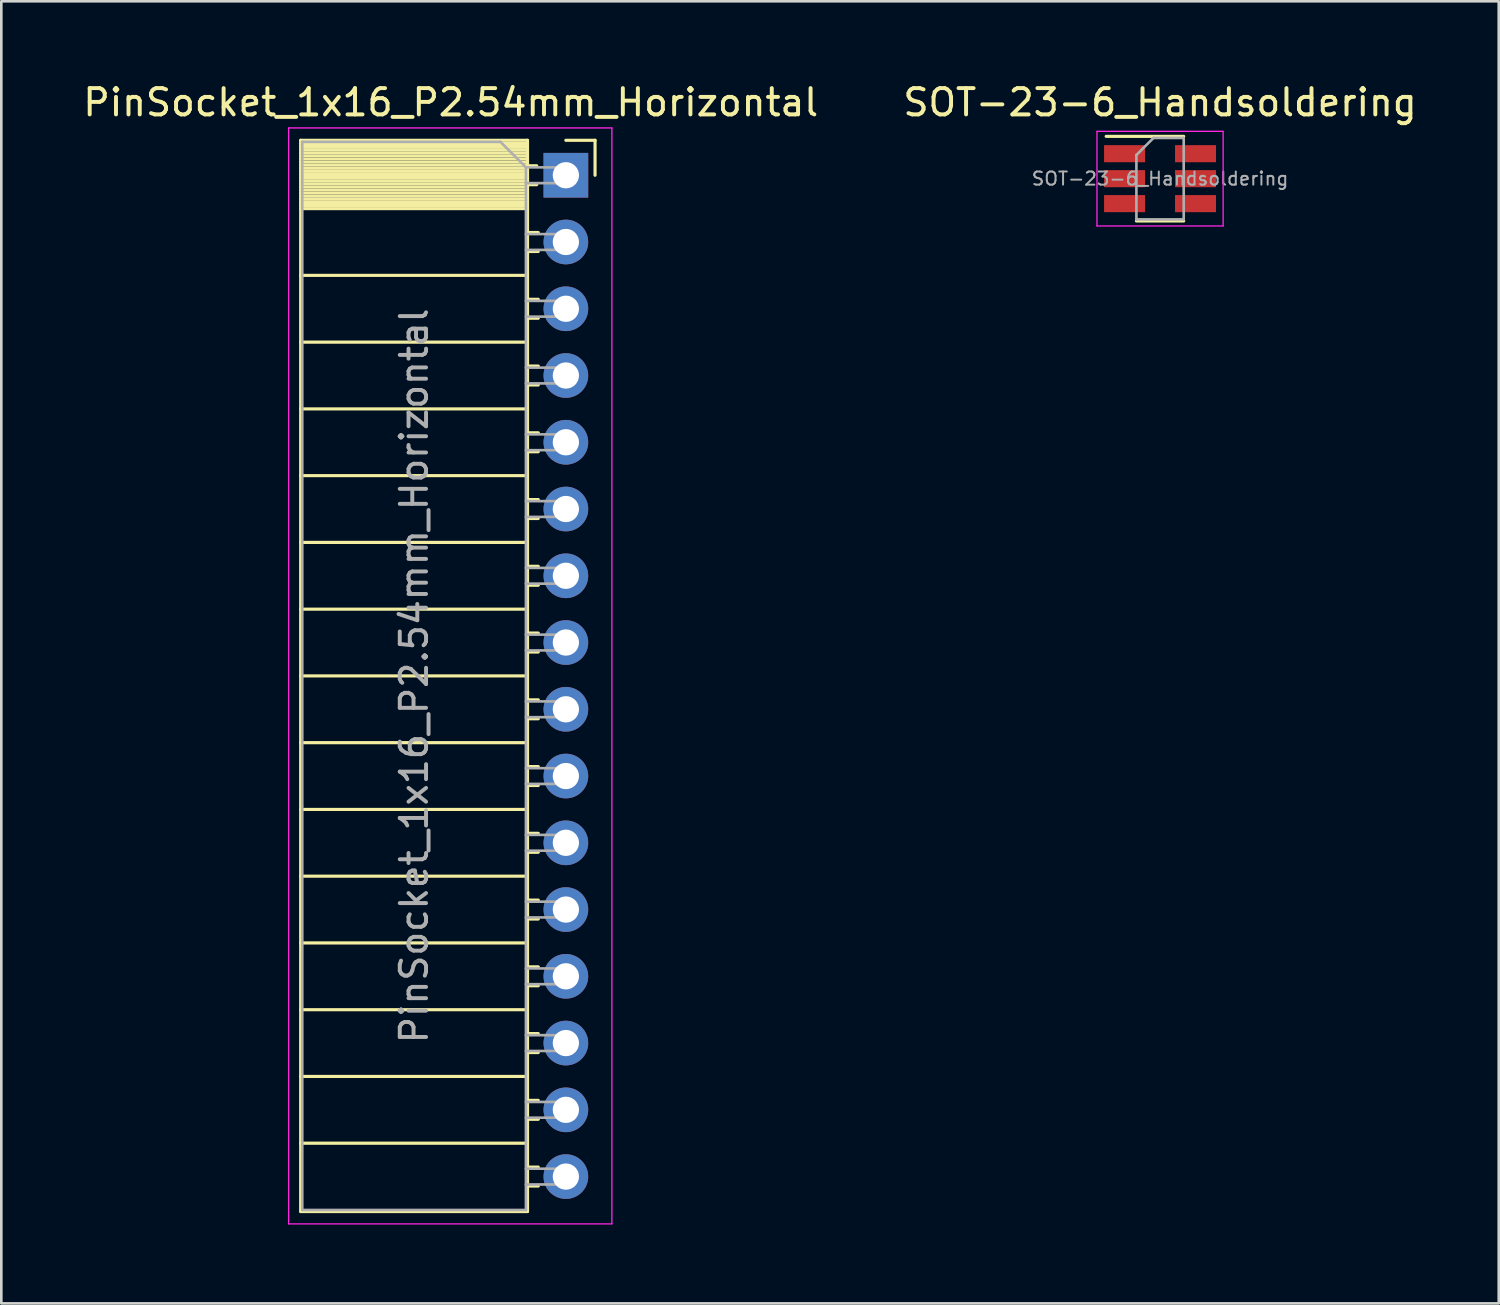
<source format=kicad_pcb>
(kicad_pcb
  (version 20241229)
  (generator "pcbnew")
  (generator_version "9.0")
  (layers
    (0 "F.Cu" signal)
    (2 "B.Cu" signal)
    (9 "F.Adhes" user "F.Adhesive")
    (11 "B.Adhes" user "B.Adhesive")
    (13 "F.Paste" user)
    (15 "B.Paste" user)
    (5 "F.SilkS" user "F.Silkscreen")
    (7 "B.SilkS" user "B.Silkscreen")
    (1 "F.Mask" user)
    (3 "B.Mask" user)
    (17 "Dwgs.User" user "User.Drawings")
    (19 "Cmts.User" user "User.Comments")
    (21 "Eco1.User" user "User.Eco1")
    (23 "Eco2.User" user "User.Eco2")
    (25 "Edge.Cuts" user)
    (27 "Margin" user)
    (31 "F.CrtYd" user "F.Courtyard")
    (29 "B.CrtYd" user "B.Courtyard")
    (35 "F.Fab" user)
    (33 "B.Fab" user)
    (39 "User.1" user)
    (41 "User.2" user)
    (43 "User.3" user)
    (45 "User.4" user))
  (footprint "PinSocket_1x16_P2.54mm_Horizontal"
    (layer "F.Cu")
    (at 18.481 3.618)
    (property "Reference" "PinSocket_1x16_P2.54mm_Horizontal" (at -4.38 -2.77 0) (layer "F.SilkS") (effects (font (size 1 1) (thickness 0.15))))
    (attr through_hole)
    (fp_line (start -10.09 -1.33) (end -10.09 39.43) (stroke (width 0.12) (type solid)) (layer "F.SilkS"))
    (fp_line (start -10.09 -1.33) (end -1.46 -1.33) (stroke (width 0.12) (type solid)) (layer "F.SilkS"))
    (fp_line (start -10.09 -1.21) (end -1.46 -1.21) (stroke (width 0.12) (type solid)) (layer "F.SilkS"))
    (fp_line (start -10.09 -1.092) (end -1.46 -1.092) (stroke (width 0.12) (type solid)) (layer "F.SilkS"))
    (fp_line (start -10.09 -0.974) (end -1.46 -0.974) (stroke (width 0.12) (type solid)) (layer "F.SilkS"))
    (fp_line (start -10.09 -0.856) (end -1.46 -0.856) (stroke (width 0.12) (type solid)) (layer "F.SilkS"))
    (fp_line (start -10.09 -0.738) (end -1.46 -0.738) (stroke (width 0.12) (type solid)) (layer "F.SilkS"))
    (fp_line (start -10.09 -0.62) (end -1.46 -0.62) (stroke (width 0.12) (type solid)) (layer "F.SilkS"))
    (fp_line (start -10.09 -0.501) (end -1.46 -0.501) (stroke (width 0.12) (type solid)) (layer "F.SilkS"))
    (fp_line (start -10.09 -0.383) (end -1.46 -0.383) (stroke (width 0.12) (type solid)) (layer "F.SilkS"))
    (fp_line (start -10.09 -0.265) (end -1.46 -0.265) (stroke (width 0.12) (type solid)) (layer "F.SilkS"))
    (fp_line (start -10.09 -0.147) (end -1.46 -0.147) (stroke (width 0.12) (type solid)) (layer "F.SilkS"))
    (fp_line (start -10.09 -0.029) (end -1.46 -0.029) (stroke (width 0.12) (type solid)) (layer "F.SilkS"))
    (fp_line (start -10.09 0.089) (end -1.46 0.089) (stroke (width 0.12) (type solid)) (layer "F.SilkS"))
    (fp_line (start -10.09 0.207) (end -1.46 0.207) (stroke (width 0.12) (type solid)) (layer "F.SilkS"))
    (fp_line (start -10.09 0.325) (end -1.46 0.325) (stroke (width 0.12) (type solid)) (layer "F.SilkS"))
    (fp_line (start -10.09 0.443) (end -1.46 0.443) (stroke (width 0.12) (type solid)) (layer "F.SilkS"))
    (fp_line (start -10.09 0.561) (end -1.46 0.561) (stroke (width 0.12) (type solid)) (layer "F.SilkS"))
    (fp_line (start -10.09 0.68) (end -1.46 0.68) (stroke (width 0.12) (type solid)) (layer "F.SilkS"))
    (fp_line (start -10.09 0.798) (end -1.46 0.798) (stroke (width 0.12) (type solid)) (layer "F.SilkS"))
    (fp_line (start -10.09 0.916) (end -1.46 0.916) (stroke (width 0.12) (type solid)) (layer "F.SilkS"))
    (fp_line (start -10.09 1.034) (end -1.46 1.034) (stroke (width 0.12) (type solid)) (layer "F.SilkS"))
    (fp_line (start -10.09 1.152) (end -1.46 1.152) (stroke (width 0.12) (type solid)) (layer "F.SilkS"))
    (fp_line (start -10.09 1.27) (end -1.46 1.27) (stroke (width 0.12) (type solid)) (layer "F.SilkS"))
    (fp_line (start -10.09 3.81) (end -1.46 3.81) (stroke (width 0.12) (type solid)) (layer "F.SilkS"))
    (fp_line (start -10.09 6.35) (end -1.46 6.35) (stroke (width 0.12) (type solid)) (layer "F.SilkS"))
    (fp_line (start -10.09 8.89) (end -1.46 8.89) (stroke (width 0.12) (type solid)) (layer "F.SilkS"))
    (fp_line (start -10.09 11.43) (end -1.46 11.43) (stroke (width 0.12) (type solid)) (layer "F.SilkS"))
    (fp_line (start -10.09 13.97) (end -1.46 13.97) (stroke (width 0.12) (type solid)) (layer "F.SilkS"))
    (fp_line (start -10.09 16.51) (end -1.46 16.51) (stroke (width 0.12) (type solid)) (layer "F.SilkS"))
    (fp_line (start -10.09 19.05) (end -1.46 19.05) (stroke (width 0.12) (type solid)) (layer "F.SilkS"))
    (fp_line (start -10.09 21.59) (end -1.46 21.59) (stroke (width 0.12) (type solid)) (layer "F.SilkS"))
    (fp_line (start -10.09 24.13) (end -1.46 24.13) (stroke (width 0.12) (type solid)) (layer "F.SilkS"))
    (fp_line (start -10.09 26.67) (end -1.46 26.67) (stroke (width 0.12) (type solid)) (layer "F.SilkS"))
    (fp_line (start -10.09 29.21) (end -1.46 29.21) (stroke (width 0.12) (type solid)) (layer "F.SilkS"))
    (fp_line (start -10.09 31.75) (end -1.46 31.75) (stroke (width 0.12) (type solid)) (layer "F.SilkS"))
    (fp_line (start -10.09 34.29) (end -1.46 34.29) (stroke (width 0.12) (type solid)) (layer "F.SilkS"))
    (fp_line (start -10.09 36.83) (end -1.46 36.83) (stroke (width 0.12) (type solid)) (layer "F.SilkS"))
    (fp_line (start -10.09 39.43) (end -1.46 39.43) (stroke (width 0.12) (type solid)) (layer "F.SilkS"))
    (fp_line (start -1.46 -1.33) (end -1.46 39.43) (stroke (width 0.12) (type solid)) (layer "F.SilkS"))
    (fp_line (start -1.46 -0.36) (end -1.11 -0.36) (stroke (width 0.12) (type solid)) (layer "F.SilkS"))
    (fp_line (start -1.46 0.36) (end -1.11 0.36) (stroke (width 0.12) (type solid)) (layer "F.SilkS"))
    (fp_line (start -1.46 2.18) (end -1.05 2.18) (stroke (width 0.12) (type solid)) (layer "F.SilkS"))
    (fp_line (start -1.46 2.9) (end -1.05 2.9) (stroke (width 0.12) (type solid)) (layer "F.SilkS"))
    (fp_line (start -1.46 4.72) (end -1.05 4.72) (stroke (width 0.12) (type solid)) (layer "F.SilkS"))
    (fp_line (start -1.46 5.44) (end -1.05 5.44) (stroke (width 0.12) (type solid)) (layer "F.SilkS"))
    (fp_line (start -1.46 7.26) (end -1.05 7.26) (stroke (width 0.12) (type solid)) (layer "F.SilkS"))
    (fp_line (start -1.46 7.98) (end -1.05 7.98) (stroke (width 0.12) (type solid)) (layer "F.SilkS"))
    (fp_line (start -1.46 9.8) (end -1.05 9.8) (stroke (width 0.12) (type solid)) (layer "F.SilkS"))
    (fp_line (start -1.46 10.52) (end -1.05 10.52) (stroke (width 0.12) (type solid)) (layer "F.SilkS"))
    (fp_line (start -1.46 12.34) (end -1.05 12.34) (stroke (width 0.12) (type solid)) (layer "F.SilkS"))
    (fp_line (start -1.46 13.06) (end -1.05 13.06) (stroke (width 0.12) (type solid)) (layer "F.SilkS"))
    (fp_line (start -1.46 14.88) (end -1.05 14.88) (stroke (width 0.12) (type solid)) (layer "F.SilkS"))
    (fp_line (start -1.46 15.6) (end -1.05 15.6) (stroke (width 0.12) (type solid)) (layer "F.SilkS"))
    (fp_line (start -1.46 17.42) (end -1.05 17.42) (stroke (width 0.12) (type solid)) (layer "F.SilkS"))
    (fp_line (start -1.46 18.14) (end -1.05 18.14) (stroke (width 0.12) (type solid)) (layer "F.SilkS"))
    (fp_line (start -1.46 19.96) (end -1.05 19.96) (stroke (width 0.12) (type solid)) (layer "F.SilkS"))
    (fp_line (start -1.46 20.68) (end -1.05 20.68) (stroke (width 0.12) (type solid)) (layer "F.SilkS"))
    (fp_line (start -1.46 22.5) (end -1.05 22.5) (stroke (width 0.12) (type solid)) (layer "F.SilkS"))
    (fp_line (start -1.46 23.22) (end -1.05 23.22) (stroke (width 0.12) (type solid)) (layer "F.SilkS"))
    (fp_line (start -1.46 25.04) (end -1.05 25.04) (stroke (width 0.12) (type solid)) (layer "F.SilkS"))
    (fp_line (start -1.46 25.76) (end -1.05 25.76) (stroke (width 0.12) (type solid)) (layer "F.SilkS"))
    (fp_line (start -1.46 27.58) (end -1.05 27.58) (stroke (width 0.12) (type solid)) (layer "F.SilkS"))
    (fp_line (start -1.46 28.3) (end -1.05 28.3) (stroke (width 0.12) (type solid)) (layer "F.SilkS"))
    (fp_line (start -1.46 30.12) (end -1.05 30.12) (stroke (width 0.12) (type solid)) (layer "F.SilkS"))
    (fp_line (start -1.46 30.84) (end -1.05 30.84) (stroke (width 0.12) (type solid)) (layer "F.SilkS"))
    (fp_line (start -1.46 32.66) (end -1.05 32.66) (stroke (width 0.12) (type solid)) (layer "F.SilkS"))
    (fp_line (start -1.46 33.38) (end -1.05 33.38) (stroke (width 0.12) (type solid)) (layer "F.SilkS"))
    (fp_line (start -1.46 35.2) (end -1.05 35.2) (stroke (width 0.12) (type solid)) (layer "F.SilkS"))
    (fp_line (start -1.46 35.92) (end -1.05 35.92) (stroke (width 0.12) (type solid)) (layer "F.SilkS"))
    (fp_line (start -1.46 37.74) (end -1.05 37.74) (stroke (width 0.12) (type solid)) (layer "F.SilkS"))
    (fp_line (start -1.46 38.46) (end -1.05 38.46) (stroke (width 0.12) (type solid)) (layer "F.SilkS"))
    (fp_line (start 0 -1.33) (end 1.11 -1.33) (stroke (width 0.12) (type solid)) (layer "F.SilkS"))
    (fp_line (start 1.11 -1.33) (end 1.11 0) (stroke (width 0.12) (type solid)) (layer "F.SilkS"))
    (fp_line (start -10.55 -1.8) (end -10.55 39.9) (stroke (width 0.05) (type solid)) (layer "F.CrtYd"))
    (fp_line (start -10.55 39.9) (end 1.75 39.9) (stroke (width 0.05) (type solid)) (layer "F.CrtYd"))
    (fp_line (start 1.75 -1.8) (end -10.55 -1.8) (stroke (width 0.05) (type solid)) (layer "F.CrtYd"))
    (fp_line (start 1.75 39.9) (end 1.75 -1.8) (stroke (width 0.05) (type solid)) (layer "F.CrtYd"))
    (fp_line (start -10.03 -1.27) (end -2.49 -1.27) (stroke (width 0.1) (type solid)) (layer "F.Fab"))
    (fp_line (start -10.03 39.37) (end -10.03 -1.27) (stroke (width 0.1) (type solid)) (layer "F.Fab"))
    (fp_line (start -2.49 -1.27) (end -1.52 -0.3) (stroke (width 0.1) (type solid)) (layer "F.Fab"))
    (fp_line (start -1.52 -0.3) (end -1.52 39.37) (stroke (width 0.1) (type solid)) (layer "F.Fab"))
    (fp_line (start -1.52 0.3) (end 0 0.3) (stroke (width 0.1) (type solid)) (layer "F.Fab"))
    (fp_line (start -1.52 2.84) (end 0 2.84) (stroke (width 0.1) (type solid)) (layer "F.Fab"))
    (fp_line (start -1.52 5.38) (end 0 5.38) (stroke (width 0.1) (type solid)) (layer "F.Fab"))
    (fp_line (start -1.52 7.92) (end 0 7.92) (stroke (width 0.1) (type solid)) (layer "F.Fab"))
    (fp_line (start -1.52 10.46) (end 0 10.46) (stroke (width 0.1) (type solid)) (layer "F.Fab"))
    (fp_line (start -1.52 13) (end 0 13) (stroke (width 0.1) (type solid)) (layer "F.Fab"))
    (fp_line (start -1.52 15.54) (end 0 15.54) (stroke (width 0.1) (type solid)) (layer "F.Fab"))
    (fp_line (start -1.52 18.08) (end 0 18.08) (stroke (width 0.1) (type solid)) (layer "F.Fab"))
    (fp_line (start -1.52 20.62) (end 0 20.62) (stroke (width 0.1) (type solid)) (layer "F.Fab"))
    (fp_line (start -1.52 23.16) (end 0 23.16) (stroke (width 0.1) (type solid)) (layer "F.Fab"))
    (fp_line (start -1.52 25.7) (end 0 25.7) (stroke (width 0.1) (type solid)) (layer "F.Fab"))
    (fp_line (start -1.52 28.24) (end 0 28.24) (stroke (width 0.1) (type solid)) (layer "F.Fab"))
    (fp_line (start -1.52 30.78) (end 0 30.78) (stroke (width 0.1) (type solid)) (layer "F.Fab"))
    (fp_line (start -1.52 33.32) (end 0 33.32) (stroke (width 0.1) (type solid)) (layer "F.Fab"))
    (fp_line (start -1.52 35.86) (end 0 35.86) (stroke (width 0.1) (type solid)) (layer "F.Fab"))
    (fp_line (start -1.52 38.4) (end 0 38.4) (stroke (width 0.1) (type solid)) (layer "F.Fab"))
    (fp_line (start -1.52 39.37) (end -10.03 39.37) (stroke (width 0.1) (type solid)) (layer "F.Fab"))
    (fp_line (start 0 -0.3) (end -1.52 -0.3) (stroke (width 0.1) (type solid)) (layer "F.Fab"))
    (fp_line (start 0 0.3) (end 0 -0.3) (stroke (width 0.1) (type solid)) (layer "F.Fab"))
    (fp_line (start 0 2.24) (end -1.52 2.24) (stroke (width 0.1) (type solid)) (layer "F.Fab"))
    (fp_line (start 0 2.84) (end 0 2.24) (stroke (width 0.1) (type solid)) (layer "F.Fab"))
    (fp_line (start 0 4.78) (end -1.52 4.78) (stroke (width 0.1) (type solid)) (layer "F.Fab"))
    (fp_line (start 0 5.38) (end 0 4.78) (stroke (width 0.1) (type solid)) (layer "F.Fab"))
    (fp_line (start 0 7.32) (end -1.52 7.32) (stroke (width 0.1) (type solid)) (layer "F.Fab"))
    (fp_line (start 0 7.92) (end 0 7.32) (stroke (width 0.1) (type solid)) (layer "F.Fab"))
    (fp_line (start 0 9.86) (end -1.52 9.86) (stroke (width 0.1) (type solid)) (layer "F.Fab"))
    (fp_line (start 0 10.46) (end 0 9.86) (stroke (width 0.1) (type solid)) (layer "F.Fab"))
    (fp_line (start 0 12.4) (end -1.52 12.4) (stroke (width 0.1) (type solid)) (layer "F.Fab"))
    (fp_line (start 0 13) (end 0 12.4) (stroke (width 0.1) (type solid)) (layer "F.Fab"))
    (fp_line (start 0 14.94) (end -1.52 14.94) (stroke (width 0.1) (type solid)) (layer "F.Fab"))
    (fp_line (start 0 15.54) (end 0 14.94) (stroke (width 0.1) (type solid)) (layer "F.Fab"))
    (fp_line (start 0 17.48) (end -1.52 17.48) (stroke (width 0.1) (type solid)) (layer "F.Fab"))
    (fp_line (start 0 18.08) (end 0 17.48) (stroke (width 0.1) (type solid)) (layer "F.Fab"))
    (fp_line (start 0 20.02) (end -1.52 20.02) (stroke (width 0.1) (type solid)) (layer "F.Fab"))
    (fp_line (start 0 20.62) (end 0 20.02) (stroke (width 0.1) (type solid)) (layer "F.Fab"))
    (fp_line (start 0 22.56) (end -1.52 22.56) (stroke (width 0.1) (type solid)) (layer "F.Fab"))
    (fp_line (start 0 23.16) (end 0 22.56) (stroke (width 0.1) (type solid)) (layer "F.Fab"))
    (fp_line (start 0 25.1) (end -1.52 25.1) (stroke (width 0.1) (type solid)) (layer "F.Fab"))
    (fp_line (start 0 25.7) (end 0 25.1) (stroke (width 0.1) (type solid)) (layer "F.Fab"))
    (fp_line (start 0 27.64) (end -1.52 27.64) (stroke (width 0.1) (type solid)) (layer "F.Fab"))
    (fp_line (start 0 28.24) (end 0 27.64) (stroke (width 0.1) (type solid)) (layer "F.Fab"))
    (fp_line (start 0 30.18) (end -1.52 30.18) (stroke (width 0.1) (type solid)) (layer "F.Fab"))
    (fp_line (start 0 30.78) (end 0 30.18) (stroke (width 0.1) (type solid)) (layer "F.Fab"))
    (fp_line (start 0 32.72) (end -1.52 32.72) (stroke (width 0.1) (type solid)) (layer "F.Fab"))
    (fp_line (start 0 33.32) (end 0 32.72) (stroke (width 0.1) (type solid)) (layer "F.Fab"))
    (fp_line (start 0 35.26) (end -1.52 35.26) (stroke (width 0.1) (type solid)) (layer "F.Fab"))
    (fp_line (start 0 35.86) (end 0 35.26) (stroke (width 0.1) (type solid)) (layer "F.Fab"))
    (fp_line (start 0 37.8) (end -1.52 37.8) (stroke (width 0.1) (type solid)) (layer "F.Fab"))
    (fp_line (start 0 38.4) (end 0 37.8) (stroke (width 0.1) (type solid)) (layer "F.Fab"))
    (fp_text user "${REFERENCE}" (at -5.775 19.05 90) (layer "F.Fab") (effects (font (size 1 1) (thickness 0.15))))
    (pad "1" thru_hole rect (at 0 0) (size 1.7 1.7) (drill 1) (layers "*.Cu" "*.Mask"))
    (pad "2" thru_hole oval (at 0 2.54) (size 1.7 1.7) (drill 1) (layers "*.Cu" "*.Mask"))
    (pad "3" thru_hole oval (at 0 5.08) (size 1.7 1.7) (drill 1) (layers "*.Cu" "*.Mask"))
    (pad "4" thru_hole oval (at 0 7.62) (size 1.7 1.7) (drill 1) (layers "*.Cu" "*.Mask"))
    (pad "5" thru_hole oval (at 0 10.16) (size 1.7 1.7) (drill 1) (layers "*.Cu" "*.Mask"))
    (pad "6" thru_hole oval (at 0 12.7) (size 1.7 1.7) (drill 1) (layers "*.Cu" "*.Mask"))
    (pad "7" thru_hole oval (at 0 15.24) (size 1.7 1.7) (drill 1) (layers "*.Cu" "*.Mask"))
    (pad "8" thru_hole oval (at 0 17.78) (size 1.7 1.7) (drill 1) (layers "*.Cu" "*.Mask"))
    (pad "9" thru_hole oval (at 0 20.32) (size 1.7 1.7) (drill 1) (layers "*.Cu" "*.Mask"))
    (pad "10" thru_hole oval (at 0 22.86) (size 1.7 1.7) (drill 1) (layers "*.Cu" "*.Mask"))
    (pad "11" thru_hole oval (at 0 25.4) (size 1.7 1.7) (drill 1) (layers "*.Cu" "*.Mask"))
    (pad "12" thru_hole oval (at 0 27.94) (size 1.7 1.7) (drill 1) (layers "*.Cu" "*.Mask"))
    (pad "13" thru_hole oval (at 0 30.48) (size 1.7 1.7) (drill 1) (layers "*.Cu" "*.Mask"))
    (pad "14" thru_hole oval (at 0 33.02) (size 1.7 1.7) (drill 1) (layers "*.Cu" "*.Mask"))
    (pad "15" thru_hole oval (at 0 35.56) (size 1.7 1.7) (drill 1) (layers "*.Cu" "*.Mask"))
    (pad "16" thru_hole oval (at 0 38.1) (size 1.7 1.7) (drill 1) (layers "*.Cu" "*.Mask")))
  (footprint "SOT-23-6_Handsoldering"
    (layer "F.Cu")
    (at 41.089 3.748)
    (property "Reference" "SOT-23-6_Handsoldering" (at 0 -2.9 0) (layer "F.SilkS") (effects (font (size 1 1) (thickness 0.15))))
    (attr smd)
    (fp_line (start -0.9 1.61) (end 0.9 1.61) (stroke (width 0.12) (type solid)) (layer "F.SilkS"))
    (fp_line (start 0.9 -1.61) (end -2.05 -1.61) (stroke (width 0.12) (type solid)) (layer "F.SilkS"))
    (fp_line (start -2.4 -1.8) (end 2.4 -1.8) (stroke (width 0.05) (type solid)) (layer "F.CrtYd"))
    (fp_line (start -2.4 1.8) (end -2.4 -1.8) (stroke (width 0.05) (type solid)) (layer "F.CrtYd"))
    (fp_line (start 2.4 -1.8) (end 2.4 1.8) (stroke (width 0.05) (type solid)) (layer "F.CrtYd"))
    (fp_line (start 2.4 1.8) (end -2.4 1.8) (stroke (width 0.05) (type solid)) (layer "F.CrtYd"))
    (fp_line (start -0.9 -0.9) (end -0.9 1.55) (stroke (width 0.1) (type solid)) (layer "F.Fab"))
    (fp_line (start -0.9 -0.9) (end -0.25 -1.55) (stroke (width 0.1) (type solid)) (layer "F.Fab"))
    (fp_line (start 0.9 -1.55) (end -0.25 -1.55) (stroke (width 0.1) (type solid)) (layer "F.Fab"))
    (fp_line (start 0.9 -1.55) (end 0.9 1.55) (stroke (width 0.1) (type solid)) (layer "F.Fab"))
    (fp_line (start 0.9 1.55) (end -0.9 1.55) (stroke (width 0.1) (type solid)) (layer "F.Fab"))
    (fp_text user "${REFERENCE}" (at 0 0 180) (layer "F.Fab") (effects (font (size 0.5 0.5) (thickness 0.075))))
    (pad "1" smd rect (at -1.35 -0.95) (size 1.56 0.65) (layers "F.Cu" "F.Mask" "F.Paste"))
    (pad "2" smd rect (at -1.35 0) (size 1.56 0.65) (layers "F.Cu" "F.Mask" "F.Paste"))
    (pad "3" smd rect (at -1.35 0.95) (size 1.56 0.65) (layers "F.Cu" "F.Mask" "F.Paste"))
    (pad "4" smd rect (at 1.35 0.95) (size 1.56 0.65) (layers "F.Cu" "F.Mask" "F.Paste"))
    (pad "5" smd rect (at 1.35 0) (size 1.56 0.65) (layers "F.Cu" "F.Mask" "F.Paste"))
    (pad "6" smd rect (at 1.35 -0.95) (size 1.56 0.65) (layers "F.Cu" "F.Mask" "F.Paste")))
  (gr_rect
    (start -3 -3)
    (end 53.976 46.543)
    (stroke (width 0.1) (type default))
    (fill no)
    (layer "Edge.Cuts")))
</source>
